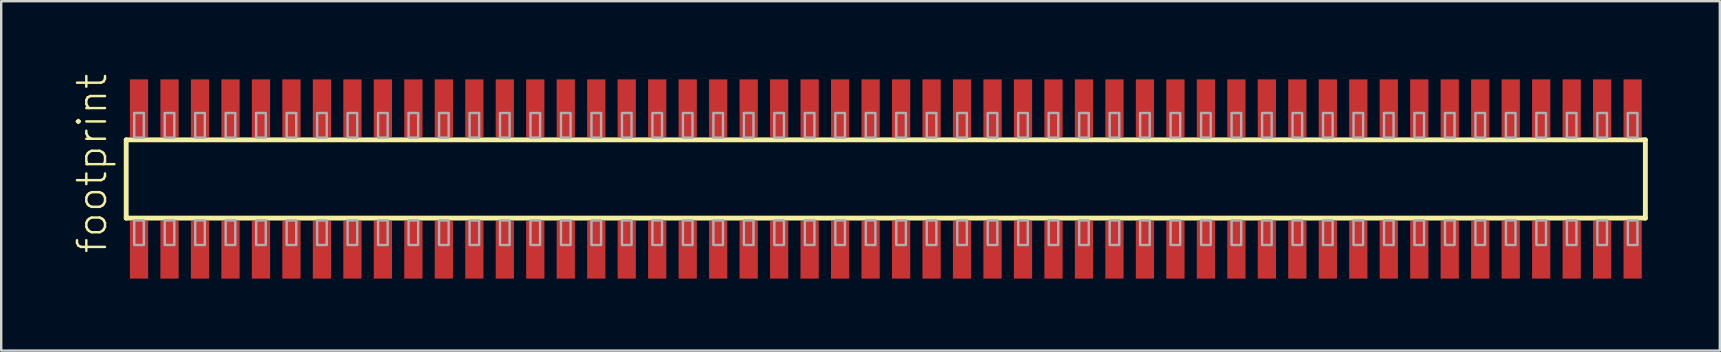
<source format=kicad_pcb>
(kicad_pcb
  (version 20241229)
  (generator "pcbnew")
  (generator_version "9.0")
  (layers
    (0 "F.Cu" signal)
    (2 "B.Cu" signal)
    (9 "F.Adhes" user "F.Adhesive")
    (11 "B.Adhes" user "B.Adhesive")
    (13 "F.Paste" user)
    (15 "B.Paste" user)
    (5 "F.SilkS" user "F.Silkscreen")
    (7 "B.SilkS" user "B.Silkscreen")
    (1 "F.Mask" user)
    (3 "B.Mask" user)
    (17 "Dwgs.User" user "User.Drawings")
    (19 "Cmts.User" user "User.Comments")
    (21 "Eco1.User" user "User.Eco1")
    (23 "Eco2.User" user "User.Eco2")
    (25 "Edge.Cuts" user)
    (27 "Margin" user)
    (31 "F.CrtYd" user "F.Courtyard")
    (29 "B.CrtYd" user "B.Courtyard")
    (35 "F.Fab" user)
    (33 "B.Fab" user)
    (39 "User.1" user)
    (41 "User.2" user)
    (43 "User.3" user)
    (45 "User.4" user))
  (footprint "footprint"
    (layer "F.Cu")
    (at 33.858 4.407)
    (property "Reference" "footprint" (at -32.385 3.175 90) (layer "F.SilkS") (effects (font (size 1.168 1.168) (thickness 0.102)) (justify left bottom)))
    (fp_line (start -31.65 -1.63) (end 31.645 -1.63) (stroke (width 0.203) (type solid)) (layer "F.SilkS"))
    (fp_line (start -31.65 1.63) (end -31.65 -1.63) (stroke (width 0.203) (type solid)) (layer "F.SilkS"))
    (fp_line (start 31.645 -1.63) (end 31.645 1.63) (stroke (width 0.203) (type solid)) (layer "F.SilkS"))
    (fp_line (start 31.645 1.63) (end -31.65 1.63) (stroke (width 0.203) (type solid)) (layer "F.SilkS"))
    (fp_poly (pts (xy -31.315 -1.725) (xy -30.915 -1.725) (xy -30.915 -2.75) (xy -31.315 -2.75)) (stroke (width 0.1) (type solid)) (fill no) (layer "F.Fab"))
    (fp_poly (pts (xy -30.915 1.725) (xy -31.315 1.725) (xy -31.315 2.75) (xy -30.915 2.75)) (stroke (width 0.1) (type solid)) (fill no) (layer "F.Fab"))
    (fp_poly (pts (xy -30.045 -1.725) (xy -29.645 -1.725) (xy -29.645 -2.75) (xy -30.045 -2.75)) (stroke (width 0.1) (type solid)) (fill no) (layer "F.Fab"))
    (fp_poly (pts (xy -29.645 1.725) (xy -30.045 1.725) (xy -30.045 2.75) (xy -29.645 2.75)) (stroke (width 0.1) (type solid)) (fill no) (layer "F.Fab"))
    (fp_poly (pts (xy -28.775 -1.725) (xy -28.375 -1.725) (xy -28.375 -2.75) (xy -28.775 -2.75)) (stroke (width 0.1) (type solid)) (fill no) (layer "F.Fab"))
    (fp_poly (pts (xy -28.375 1.725) (xy -28.775 1.725) (xy -28.775 2.75) (xy -28.375 2.75)) (stroke (width 0.1) (type solid)) (fill no) (layer "F.Fab"))
    (fp_poly (pts (xy -27.505 -1.725) (xy -27.105 -1.725) (xy -27.105 -2.75) (xy -27.505 -2.75)) (stroke (width 0.1) (type solid)) (fill no) (layer "F.Fab"))
    (fp_poly (pts (xy -27.105 1.725) (xy -27.505 1.725) (xy -27.505 2.75) (xy -27.105 2.75)) (stroke (width 0.1) (type solid)) (fill no) (layer "F.Fab"))
    (fp_poly (pts (xy -26.235 -1.725) (xy -25.835 -1.725) (xy -25.835 -2.75) (xy -26.235 -2.75)) (stroke (width 0.1) (type solid)) (fill no) (layer "F.Fab"))
    (fp_poly (pts (xy -25.835 1.725) (xy -26.235 1.725) (xy -26.235 2.75) (xy -25.835 2.75)) (stroke (width 0.1) (type solid)) (fill no) (layer "F.Fab"))
    (fp_poly (pts (xy -24.965 -1.725) (xy -24.565 -1.725) (xy -24.565 -2.75) (xy -24.965 -2.75)) (stroke (width 0.1) (type solid)) (fill no) (layer "F.Fab"))
    (fp_poly (pts (xy -24.565 1.725) (xy -24.965 1.725) (xy -24.965 2.75) (xy -24.565 2.75)) (stroke (width 0.1) (type solid)) (fill no) (layer "F.Fab"))
    (fp_poly (pts (xy -23.695 -1.725) (xy -23.295 -1.725) (xy -23.295 -2.75) (xy -23.695 -2.75)) (stroke (width 0.1) (type solid)) (fill no) (layer "F.Fab"))
    (fp_poly (pts (xy -23.295 1.725) (xy -23.695 1.725) (xy -23.695 2.75) (xy -23.295 2.75)) (stroke (width 0.1) (type solid)) (fill no) (layer "F.Fab"))
    (fp_poly (pts (xy -22.425 -1.725) (xy -22.025 -1.725) (xy -22.025 -2.75) (xy -22.425 -2.75)) (stroke (width 0.1) (type solid)) (fill no) (layer "F.Fab"))
    (fp_poly (pts (xy -22.025 1.725) (xy -22.425 1.725) (xy -22.425 2.75) (xy -22.025 2.75)) (stroke (width 0.1) (type solid)) (fill no) (layer "F.Fab"))
    (fp_poly (pts (xy -21.155 -1.725) (xy -20.755 -1.725) (xy -20.755 -2.75) (xy -21.155 -2.75)) (stroke (width 0.1) (type solid)) (fill no) (layer "F.Fab"))
    (fp_poly (pts (xy -20.755 1.725) (xy -21.155 1.725) (xy -21.155 2.75) (xy -20.755 2.75)) (stroke (width 0.1) (type solid)) (fill no) (layer "F.Fab"))
    (fp_poly (pts (xy -19.885 -1.725) (xy -19.485 -1.725) (xy -19.485 -2.75) (xy -19.885 -2.75)) (stroke (width 0.1) (type solid)) (fill no) (layer "F.Fab"))
    (fp_poly (pts (xy -19.485 1.725) (xy -19.885 1.725) (xy -19.885 2.75) (xy -19.485 2.75)) (stroke (width 0.1) (type solid)) (fill no) (layer "F.Fab"))
    (fp_poly (pts (xy -18.615 -1.725) (xy -18.215 -1.725) (xy -18.215 -2.75) (xy -18.615 -2.75)) (stroke (width 0.1) (type solid)) (fill no) (layer "F.Fab"))
    (fp_poly (pts (xy -18.215 1.725) (xy -18.615 1.725) (xy -18.615 2.75) (xy -18.215 2.75)) (stroke (width 0.1) (type solid)) (fill no) (layer "F.Fab"))
    (fp_poly (pts (xy -17.345 -1.725) (xy -16.945 -1.725) (xy -16.945 -2.75) (xy -17.345 -2.75)) (stroke (width 0.1) (type solid)) (fill no) (layer "F.Fab"))
    (fp_poly (pts (xy -16.945 1.725) (xy -17.345 1.725) (xy -17.345 2.75) (xy -16.945 2.75)) (stroke (width 0.1) (type solid)) (fill no) (layer "F.Fab"))
    (fp_poly (pts (xy -16.075 -1.725) (xy -15.675 -1.725) (xy -15.675 -2.75) (xy -16.075 -2.75)) (stroke (width 0.1) (type solid)) (fill no) (layer "F.Fab"))
    (fp_poly (pts (xy -15.675 1.725) (xy -16.075 1.725) (xy -16.075 2.75) (xy -15.675 2.75)) (stroke (width 0.1) (type solid)) (fill no) (layer "F.Fab"))
    (fp_poly (pts (xy -14.805 -1.725) (xy -14.405 -1.725) (xy -14.405 -2.75) (xy -14.805 -2.75)) (stroke (width 0.1) (type solid)) (fill no) (layer "F.Fab"))
    (fp_poly (pts (xy -14.405 1.725) (xy -14.805 1.725) (xy -14.805 2.75) (xy -14.405 2.75)) (stroke (width 0.1) (type solid)) (fill no) (layer "F.Fab"))
    (fp_poly (pts (xy -13.535 -1.725) (xy -13.135 -1.725) (xy -13.135 -2.75) (xy -13.535 -2.75)) (stroke (width 0.1) (type solid)) (fill no) (layer "F.Fab"))
    (fp_poly (pts (xy -13.135 1.725) (xy -13.535 1.725) (xy -13.535 2.75) (xy -13.135 2.75)) (stroke (width 0.1) (type solid)) (fill no) (layer "F.Fab"))
    (fp_poly (pts (xy -12.265 -1.725) (xy -11.865 -1.725) (xy -11.865 -2.75) (xy -12.265 -2.75)) (stroke (width 0.1) (type solid)) (fill no) (layer "F.Fab"))
    (fp_poly (pts (xy -11.865 1.725) (xy -12.265 1.725) (xy -12.265 2.75) (xy -11.865 2.75)) (stroke (width 0.1) (type solid)) (fill no) (layer "F.Fab"))
    (fp_poly (pts (xy -10.995 -1.725) (xy -10.595 -1.725) (xy -10.595 -2.75) (xy -10.995 -2.75)) (stroke (width 0.1) (type solid)) (fill no) (layer "F.Fab"))
    (fp_poly (pts (xy -10.595 1.725) (xy -10.995 1.725) (xy -10.995 2.75) (xy -10.595 2.75)) (stroke (width 0.1) (type solid)) (fill no) (layer "F.Fab"))
    (fp_poly (pts (xy -9.725 -1.725) (xy -9.325 -1.725) (xy -9.325 -2.75) (xy -9.725 -2.75)) (stroke (width 0.1) (type solid)) (fill no) (layer "F.Fab"))
    (fp_poly (pts (xy -9.325 1.725) (xy -9.725 1.725) (xy -9.725 2.75) (xy -9.325 2.75)) (stroke (width 0.1) (type solid)) (fill no) (layer "F.Fab"))
    (fp_poly (pts (xy -8.455 -1.725) (xy -8.055 -1.725) (xy -8.055 -2.75) (xy -8.455 -2.75)) (stroke (width 0.1) (type solid)) (fill no) (layer "F.Fab"))
    (fp_poly (pts (xy -8.055 1.725) (xy -8.455 1.725) (xy -8.455 2.75) (xy -8.055 2.75)) (stroke (width 0.1) (type solid)) (fill no) (layer "F.Fab"))
    (fp_poly (pts (xy -7.185 -1.725) (xy -6.785 -1.725) (xy -6.785 -2.75) (xy -7.185 -2.75)) (stroke (width 0.1) (type solid)) (fill no) (layer "F.Fab"))
    (fp_poly (pts (xy -6.785 1.725) (xy -7.185 1.725) (xy -7.185 2.75) (xy -6.785 2.75)) (stroke (width 0.1) (type solid)) (fill no) (layer "F.Fab"))
    (fp_poly (pts (xy -5.915 -1.725) (xy -5.515 -1.725) (xy -5.515 -2.75) (xy -5.915 -2.75)) (stroke (width 0.1) (type solid)) (fill no) (layer "F.Fab"))
    (fp_poly (pts (xy -5.515 1.725) (xy -5.915 1.725) (xy -5.915 2.75) (xy -5.515 2.75)) (stroke (width 0.1) (type solid)) (fill no) (layer "F.Fab"))
    (fp_poly (pts (xy -4.645 -1.725) (xy -4.245 -1.725) (xy -4.245 -2.75) (xy -4.645 -2.75)) (stroke (width 0.1) (type solid)) (fill no) (layer "F.Fab"))
    (fp_poly (pts (xy -4.245 1.725) (xy -4.645 1.725) (xy -4.645 2.75) (xy -4.245 2.75)) (stroke (width 0.1) (type solid)) (fill no) (layer "F.Fab"))
    (fp_poly (pts (xy -3.375 -1.725) (xy -2.975 -1.725) (xy -2.975 -2.75) (xy -3.375 -2.75)) (stroke (width 0.1) (type solid)) (fill no) (layer "F.Fab"))
    (fp_poly (pts (xy -2.975 1.725) (xy -3.375 1.725) (xy -3.375 2.75) (xy -2.975 2.75)) (stroke (width 0.1) (type solid)) (fill no) (layer "F.Fab"))
    (fp_poly (pts (xy -2.105 -1.725) (xy -1.705 -1.725) (xy -1.705 -2.75) (xy -2.105 -2.75)) (stroke (width 0.1) (type solid)) (fill no) (layer "F.Fab"))
    (fp_poly (pts (xy -1.705 1.725) (xy -2.105 1.725) (xy -2.105 2.75) (xy -1.705 2.75)) (stroke (width 0.1) (type solid)) (fill no) (layer "F.Fab"))
    (fp_poly (pts (xy -0.835 -1.725) (xy -0.435 -1.725) (xy -0.435 -2.75) (xy -0.835 -2.75)) (stroke (width 0.1) (type solid)) (fill no) (layer "F.Fab"))
    (fp_poly (pts (xy -0.435 1.725) (xy -0.835 1.725) (xy -0.835 2.75) (xy -0.435 2.75)) (stroke (width 0.1) (type solid)) (fill no) (layer "F.Fab"))
    (fp_poly (pts (xy 0.435 -1.725) (xy 0.835 -1.725) (xy 0.835 -2.75) (xy 0.435 -2.75)) (stroke (width 0.1) (type solid)) (fill no) (layer "F.Fab"))
    (fp_poly (pts (xy 0.835 1.725) (xy 0.435 1.725) (xy 0.435 2.75) (xy 0.835 2.75)) (stroke (width 0.1) (type solid)) (fill no) (layer "F.Fab"))
    (fp_poly (pts (xy 1.705 -1.725) (xy 2.105 -1.725) (xy 2.105 -2.75) (xy 1.705 -2.75)) (stroke (width 0.1) (type solid)) (fill no) (layer "F.Fab"))
    (fp_poly (pts (xy 2.105 1.725) (xy 1.705 1.725) (xy 1.705 2.75) (xy 2.105 2.75)) (stroke (width 0.1) (type solid)) (fill no) (layer "F.Fab"))
    (fp_poly (pts (xy 2.975 -1.725) (xy 3.375 -1.725) (xy 3.375 -2.75) (xy 2.975 -2.75)) (stroke (width 0.1) (type solid)) (fill no) (layer "F.Fab"))
    (fp_poly (pts (xy 3.375 1.725) (xy 2.975 1.725) (xy 2.975 2.75) (xy 3.375 2.75)) (stroke (width 0.1) (type solid)) (fill no) (layer "F.Fab"))
    (fp_poly (pts (xy 4.245 -1.725) (xy 4.645 -1.725) (xy 4.645 -2.75) (xy 4.245 -2.75)) (stroke (width 0.1) (type solid)) (fill no) (layer "F.Fab"))
    (fp_poly (pts (xy 4.645 1.725) (xy 4.245 1.725) (xy 4.245 2.75) (xy 4.645 2.75)) (stroke (width 0.1) (type solid)) (fill no) (layer "F.Fab"))
    (fp_poly (pts (xy 5.515 -1.725) (xy 5.915 -1.725) (xy 5.915 -2.75) (xy 5.515 -2.75)) (stroke (width 0.1) (type solid)) (fill no) (layer "F.Fab"))
    (fp_poly (pts (xy 5.915 1.725) (xy 5.515 1.725) (xy 5.515 2.75) (xy 5.915 2.75)) (stroke (width 0.1) (type solid)) (fill no) (layer "F.Fab"))
    (fp_poly (pts (xy 6.785 -1.725) (xy 7.185 -1.725) (xy 7.185 -2.75) (xy 6.785 -2.75)) (stroke (width 0.1) (type solid)) (fill no) (layer "F.Fab"))
    (fp_poly (pts (xy 7.185 1.725) (xy 6.785 1.725) (xy 6.785 2.75) (xy 7.185 2.75)) (stroke (width 0.1) (type solid)) (fill no) (layer "F.Fab"))
    (fp_poly (pts (xy 8.055 -1.725) (xy 8.455 -1.725) (xy 8.455 -2.75) (xy 8.055 -2.75)) (stroke (width 0.1) (type solid)) (fill no) (layer "F.Fab"))
    (fp_poly (pts (xy 8.455 1.725) (xy 8.055 1.725) (xy 8.055 2.75) (xy 8.455 2.75)) (stroke (width 0.1) (type solid)) (fill no) (layer "F.Fab"))
    (fp_poly (pts (xy 9.325 -1.725) (xy 9.725 -1.725) (xy 9.725 -2.75) (xy 9.325 -2.75)) (stroke (width 0.1) (type solid)) (fill no) (layer "F.Fab"))
    (fp_poly (pts (xy 9.725 1.725) (xy 9.325 1.725) (xy 9.325 2.75) (xy 9.725 2.75)) (stroke (width 0.1) (type solid)) (fill no) (layer "F.Fab"))
    (fp_poly (pts (xy 10.595 -1.725) (xy 10.995 -1.725) (xy 10.995 -2.75) (xy 10.595 -2.75)) (stroke (width 0.1) (type solid)) (fill no) (layer "F.Fab"))
    (fp_poly (pts (xy 10.995 1.725) (xy 10.595 1.725) (xy 10.595 2.75) (xy 10.995 2.75)) (stroke (width 0.1) (type solid)) (fill no) (layer "F.Fab"))
    (fp_poly (pts (xy 11.865 -1.725) (xy 12.265 -1.725) (xy 12.265 -2.75) (xy 11.865 -2.75)) (stroke (width 0.1) (type solid)) (fill no) (layer "F.Fab"))
    (fp_poly (pts (xy 12.265 1.725) (xy 11.865 1.725) (xy 11.865 2.75) (xy 12.265 2.75)) (stroke (width 0.1) (type solid)) (fill no) (layer "F.Fab"))
    (fp_poly (pts (xy 13.135 -1.725) (xy 13.535 -1.725) (xy 13.535 -2.75) (xy 13.135 -2.75)) (stroke (width 0.1) (type solid)) (fill no) (layer "F.Fab"))
    (fp_poly (pts (xy 13.535 1.725) (xy 13.135 1.725) (xy 13.135 2.75) (xy 13.535 2.75)) (stroke (width 0.1) (type solid)) (fill no) (layer "F.Fab"))
    (fp_poly (pts (xy 14.405 -1.725) (xy 14.805 -1.725) (xy 14.805 -2.75) (xy 14.405 -2.75)) (stroke (width 0.1) (type solid)) (fill no) (layer "F.Fab"))
    (fp_poly (pts (xy 14.805 1.725) (xy 14.405 1.725) (xy 14.405 2.75) (xy 14.805 2.75)) (stroke (width 0.1) (type solid)) (fill no) (layer "F.Fab"))
    (fp_poly (pts (xy 15.675 -1.725) (xy 16.075 -1.725) (xy 16.075 -2.75) (xy 15.675 -2.75)) (stroke (width 0.1) (type solid)) (fill no) (layer "F.Fab"))
    (fp_poly (pts (xy 16.075 1.725) (xy 15.675 1.725) (xy 15.675 2.75) (xy 16.075 2.75)) (stroke (width 0.1) (type solid)) (fill no) (layer "F.Fab"))
    (fp_poly (pts (xy 16.945 -1.725) (xy 17.345 -1.725) (xy 17.345 -2.75) (xy 16.945 -2.75)) (stroke (width 0.1) (type solid)) (fill no) (layer "F.Fab"))
    (fp_poly (pts (xy 17.345 1.725) (xy 16.945 1.725) (xy 16.945 2.75) (xy 17.345 2.75)) (stroke (width 0.1) (type solid)) (fill no) (layer "F.Fab"))
    (fp_poly (pts (xy 18.215 -1.725) (xy 18.615 -1.725) (xy 18.615 -2.75) (xy 18.215 -2.75)) (stroke (width 0.1) (type solid)) (fill no) (layer "F.Fab"))
    (fp_poly (pts (xy 18.615 1.725) (xy 18.215 1.725) (xy 18.215 2.75) (xy 18.615 2.75)) (stroke (width 0.1) (type solid)) (fill no) (layer "F.Fab"))
    (fp_poly (pts (xy 19.485 -1.725) (xy 19.885 -1.725) (xy 19.885 -2.75) (xy 19.485 -2.75)) (stroke (width 0.1) (type solid)) (fill no) (layer "F.Fab"))
    (fp_poly (pts (xy 19.885 1.725) (xy 19.485 1.725) (xy 19.485 2.75) (xy 19.885 2.75)) (stroke (width 0.1) (type solid)) (fill no) (layer "F.Fab"))
    (fp_poly (pts (xy 20.755 -1.725) (xy 21.155 -1.725) (xy 21.155 -2.75) (xy 20.755 -2.75)) (stroke (width 0.1) (type solid)) (fill no) (layer "F.Fab"))
    (fp_poly (pts (xy 21.155 1.725) (xy 20.755 1.725) (xy 20.755 2.75) (xy 21.155 2.75)) (stroke (width 0.1) (type solid)) (fill no) (layer "F.Fab"))
    (fp_poly (pts (xy 22.025 -1.725) (xy 22.425 -1.725) (xy 22.425 -2.75) (xy 22.025 -2.75)) (stroke (width 0.1) (type solid)) (fill no) (layer "F.Fab"))
    (fp_poly (pts (xy 22.425 1.725) (xy 22.025 1.725) (xy 22.025 2.75) (xy 22.425 2.75)) (stroke (width 0.1) (type solid)) (fill no) (layer "F.Fab"))
    (fp_poly (pts (xy 23.295 -1.725) (xy 23.695 -1.725) (xy 23.695 -2.75) (xy 23.295 -2.75)) (stroke (width 0.1) (type solid)) (fill no) (layer "F.Fab"))
    (fp_poly (pts (xy 23.695 1.725) (xy 23.295 1.725) (xy 23.295 2.75) (xy 23.695 2.75)) (stroke (width 0.1) (type solid)) (fill no) (layer "F.Fab"))
    (fp_poly (pts (xy 24.565 -1.725) (xy 24.965 -1.725) (xy 24.965 -2.75) (xy 24.565 -2.75)) (stroke (width 0.1) (type solid)) (fill no) (layer "F.Fab"))
    (fp_poly (pts (xy 24.965 1.725) (xy 24.565 1.725) (xy 24.565 2.75) (xy 24.965 2.75)) (stroke (width 0.1) (type solid)) (fill no) (layer "F.Fab"))
    (fp_poly (pts (xy 25.835 -1.725) (xy 26.235 -1.725) (xy 26.235 -2.75) (xy 25.835 -2.75)) (stroke (width 0.1) (type solid)) (fill no) (layer "F.Fab"))
    (fp_poly (pts (xy 26.235 1.725) (xy 25.835 1.725) (xy 25.835 2.75) (xy 26.235 2.75)) (stroke (width 0.1) (type solid)) (fill no) (layer "F.Fab"))
    (fp_poly (pts (xy 27.105 -1.725) (xy 27.505 -1.725) (xy 27.505 -2.75) (xy 27.105 -2.75)) (stroke (width 0.1) (type solid)) (fill no) (layer "F.Fab"))
    (fp_poly (pts (xy 27.505 1.725) (xy 27.105 1.725) (xy 27.105 2.75) (xy 27.505 2.75)) (stroke (width 0.1) (type solid)) (fill no) (layer "F.Fab"))
    (fp_poly (pts (xy 28.375 -1.725) (xy 28.775 -1.725) (xy 28.775 -2.75) (xy 28.375 -2.75)) (stroke (width 0.1) (type solid)) (fill no) (layer "F.Fab"))
    (fp_poly (pts (xy 28.775 1.725) (xy 28.375 1.725) (xy 28.375 2.75) (xy 28.775 2.75)) (stroke (width 0.1) (type solid)) (fill no) (layer "F.Fab"))
    (fp_poly (pts (xy 29.645 -1.725) (xy 30.045 -1.725) (xy 30.045 -2.75) (xy 29.645 -2.75)) (stroke (width 0.1) (type solid)) (fill no) (layer "F.Fab"))
    (fp_poly (pts (xy 30.045 1.725) (xy 29.645 1.725) (xy 29.645 2.75) (xy 30.045 2.75)) (stroke (width 0.1) (type solid)) (fill no) (layer "F.Fab"))
    (fp_poly (pts (xy 30.915 -1.725) (xy 31.315 -1.725) (xy 31.315 -2.75) (xy 30.915 -2.75)) (stroke (width 0.1) (type solid)) (fill no) (layer "F.Fab"))
    (fp_poly (pts (xy 31.315 1.725) (xy 30.915 1.725) (xy 30.915 2.75) (xy 31.315 2.75)) (stroke (width 0.1) (type solid)) (fill no) (layer "F.Fab"))
    (pad "1" smd rect (at -31.115 2.95) (size 0.76 2.4) (layers "F.Cu" "F.Mask" "F.Paste"))
    (pad "2" smd rect (at -31.115 -2.95) (size 0.76 2.4) (layers "F.Cu" "F.Mask" "F.Paste"))
    (pad "3" smd rect (at -29.845 2.95) (size 0.76 2.4) (layers "F.Cu" "F.Mask" "F.Paste"))
    (pad "4" smd rect (at -29.845 -2.95) (size 0.76 2.4) (layers "F.Cu" "F.Mask" "F.Paste"))
    (pad "5" smd rect (at -28.575 2.95) (size 0.76 2.4) (layers "F.Cu" "F.Mask" "F.Paste"))
    (pad "6" smd rect (at -28.575 -2.95) (size 0.76 2.4) (layers "F.Cu" "F.Mask" "F.Paste"))
    (pad "7" smd rect (at -27.305 2.95) (size 0.76 2.4) (layers "F.Cu" "F.Mask" "F.Paste"))
    (pad "8" smd rect (at -27.305 -2.95) (size 0.76 2.4) (layers "F.Cu" "F.Mask" "F.Paste"))
    (pad "9" smd rect (at -26.035 2.95) (size 0.76 2.4) (layers "F.Cu" "F.Mask" "F.Paste"))
    (pad "10" smd rect (at -26.035 -2.95) (size 0.76 2.4) (layers "F.Cu" "F.Mask" "F.Paste"))
    (pad "11" smd rect (at -24.765 2.95) (size 0.76 2.4) (layers "F.Cu" "F.Mask" "F.Paste"))
    (pad "12" smd rect (at -24.765 -2.95) (size 0.76 2.4) (layers "F.Cu" "F.Mask" "F.Paste"))
    (pad "13" smd rect (at -23.495 2.95) (size 0.76 2.4) (layers "F.Cu" "F.Mask" "F.Paste"))
    (pad "14" smd rect (at -23.495 -2.95) (size 0.76 2.4) (layers "F.Cu" "F.Mask" "F.Paste"))
    (pad "15" smd rect (at -22.225 2.95) (size 0.76 2.4) (layers "F.Cu" "F.Mask" "F.Paste"))
    (pad "16" smd rect (at -22.225 -2.95) (size 0.76 2.4) (layers "F.Cu" "F.Mask" "F.Paste"))
    (pad "17" smd rect (at -20.955 2.95) (size 0.76 2.4) (layers "F.Cu" "F.Mask" "F.Paste"))
    (pad "18" smd rect (at -20.955 -2.95) (size 0.76 2.4) (layers "F.Cu" "F.Mask" "F.Paste"))
    (pad "19" smd rect (at -19.685 2.95) (size 0.76 2.4) (layers "F.Cu" "F.Mask" "F.Paste"))
    (pad "20" smd rect (at -19.685 -2.95) (size 0.76 2.4) (layers "F.Cu" "F.Mask" "F.Paste"))
    (pad "21" smd rect (at -18.415 2.95) (size 0.76 2.4) (layers "F.Cu" "F.Mask" "F.Paste"))
    (pad "22" smd rect (at -18.415 -2.95) (size 0.76 2.4) (layers "F.Cu" "F.Mask" "F.Paste"))
    (pad "23" smd rect (at -17.145 2.95) (size 0.76 2.4) (layers "F.Cu" "F.Mask" "F.Paste"))
    (pad "24" smd rect (at -17.145 -2.95) (size 0.76 2.4) (layers "F.Cu" "F.Mask" "F.Paste"))
    (pad "25" smd rect (at -15.875 2.95) (size 0.76 2.4) (layers "F.Cu" "F.Mask" "F.Paste"))
    (pad "26" smd rect (at -15.875 -2.95) (size 0.76 2.4) (layers "F.Cu" "F.Mask" "F.Paste"))
    (pad "27" smd rect (at -14.605 2.95) (size 0.76 2.4) (layers "F.Cu" "F.Mask" "F.Paste"))
    (pad "28" smd rect (at -14.605 -2.95) (size 0.76 2.4) (layers "F.Cu" "F.Mask" "F.Paste"))
    (pad "29" smd rect (at -13.335 2.95) (size 0.76 2.4) (layers "F.Cu" "F.Mask" "F.Paste"))
    (pad "30" smd rect (at -13.335 -2.95) (size 0.76 2.4) (layers "F.Cu" "F.Mask" "F.Paste"))
    (pad "31" smd rect (at -12.065 2.95) (size 0.76 2.4) (layers "F.Cu" "F.Mask" "F.Paste"))
    (pad "32" smd rect (at -12.065 -2.95) (size 0.76 2.4) (layers "F.Cu" "F.Mask" "F.Paste"))
    (pad "33" smd rect (at -10.795 2.95) (size 0.76 2.4) (layers "F.Cu" "F.Mask" "F.Paste"))
    (pad "34" smd rect (at -10.795 -2.95) (size 0.76 2.4) (layers "F.Cu" "F.Mask" "F.Paste"))
    (pad "35" smd rect (at -9.525 2.95) (size 0.76 2.4) (layers "F.Cu" "F.Mask" "F.Paste"))
    (pad "36" smd rect (at -9.525 -2.95) (size 0.76 2.4) (layers "F.Cu" "F.Mask" "F.Paste"))
    (pad "37" smd rect (at -8.255 2.95) (size 0.76 2.4) (layers "F.Cu" "F.Mask" "F.Paste"))
    (pad "38" smd rect (at -8.255 -2.95) (size 0.76 2.4) (layers "F.Cu" "F.Mask" "F.Paste"))
    (pad "39" smd rect (at -6.985 2.95) (size 0.76 2.4) (layers "F.Cu" "F.Mask" "F.Paste"))
    (pad "40" smd rect (at -6.985 -2.95) (size 0.76 2.4) (layers "F.Cu" "F.Mask" "F.Paste"))
    (pad "41" smd rect (at -5.715 2.95) (size 0.76 2.4) (layers "F.Cu" "F.Mask" "F.Paste"))
    (pad "42" smd rect (at -5.715 -2.95) (size 0.76 2.4) (layers "F.Cu" "F.Mask" "F.Paste"))
    (pad "43" smd rect (at -4.445 2.95) (size 0.76 2.4) (layers "F.Cu" "F.Mask" "F.Paste"))
    (pad "44" smd rect (at -4.445 -2.95) (size 0.76 2.4) (layers "F.Cu" "F.Mask" "F.Paste"))
    (pad "45" smd rect (at -3.175 2.95) (size 0.76 2.4) (layers "F.Cu" "F.Mask" "F.Paste"))
    (pad "46" smd rect (at -3.175 -2.95) (size 0.76 2.4) (layers "F.Cu" "F.Mask" "F.Paste"))
    (pad "47" smd rect (at -1.905 2.95) (size 0.76 2.4) (layers "F.Cu" "F.Mask" "F.Paste"))
    (pad "48" smd rect (at -1.905 -2.95) (size 0.76 2.4) (layers "F.Cu" "F.Mask" "F.Paste"))
    (pad "49" smd rect (at -0.635 2.95) (size 0.76 2.4) (layers "F.Cu" "F.Mask" "F.Paste"))
    (pad "50" smd rect (at -0.635 -2.95) (size 0.76 2.4) (layers "F.Cu" "F.Mask" "F.Paste"))
    (pad "51" smd rect (at 0.635 2.95) (size 0.76 2.4) (layers "F.Cu" "F.Mask" "F.Paste"))
    (pad "52" smd rect (at 0.635 -2.95) (size 0.76 2.4) (layers "F.Cu" "F.Mask" "F.Paste"))
    (pad "53" smd rect (at 1.905 2.95) (size 0.76 2.4) (layers "F.Cu" "F.Mask" "F.Paste"))
    (pad "54" smd rect (at 1.905 -2.95) (size 0.76 2.4) (layers "F.Cu" "F.Mask" "F.Paste"))
    (pad "55" smd rect (at 3.175 2.95) (size 0.76 2.4) (layers "F.Cu" "F.Mask" "F.Paste"))
    (pad "56" smd rect (at 3.175 -2.95) (size 0.76 2.4) (layers "F.Cu" "F.Mask" "F.Paste"))
    (pad "57" smd rect (at 4.445 2.95) (size 0.76 2.4) (layers "F.Cu" "F.Mask" "F.Paste"))
    (pad "58" smd rect (at 4.445 -2.95) (size 0.76 2.4) (layers "F.Cu" "F.Mask" "F.Paste"))
    (pad "59" smd rect (at 5.715 2.95) (size 0.76 2.4) (layers "F.Cu" "F.Mask" "F.Paste"))
    (pad "60" smd rect (at 5.715 -2.95) (size 0.76 2.4) (layers "F.Cu" "F.Mask" "F.Paste"))
    (pad "61" smd rect (at 6.985 2.95) (size 0.76 2.4) (layers "F.Cu" "F.Mask" "F.Paste"))
    (pad "62" smd rect (at 6.985 -2.95) (size 0.76 2.4) (layers "F.Cu" "F.Mask" "F.Paste"))
    (pad "63" smd rect (at 8.255 2.95) (size 0.76 2.4) (layers "F.Cu" "F.Mask" "F.Paste"))
    (pad "64" smd rect (at 8.255 -2.95) (size 0.76 2.4) (layers "F.Cu" "F.Mask" "F.Paste"))
    (pad "65" smd rect (at 9.525 2.95) (size 0.76 2.4) (layers "F.Cu" "F.Mask" "F.Paste"))
    (pad "66" smd rect (at 9.525 -2.95) (size 0.76 2.4) (layers "F.Cu" "F.Mask" "F.Paste"))
    (pad "67" smd rect (at 10.795 2.95) (size 0.76 2.4) (layers "F.Cu" "F.Mask" "F.Paste"))
    (pad "68" smd rect (at 10.795 -2.95) (size 0.76 2.4) (layers "F.Cu" "F.Mask" "F.Paste"))
    (pad "69" smd rect (at 12.065 2.95) (size 0.76 2.4) (layers "F.Cu" "F.Mask" "F.Paste"))
    (pad "70" smd rect (at 12.065 -2.95) (size 0.76 2.4) (layers "F.Cu" "F.Mask" "F.Paste"))
    (pad "71" smd rect (at 13.335 2.95) (size 0.76 2.4) (layers "F.Cu" "F.Mask" "F.Paste"))
    (pad "72" smd rect (at 13.335 -2.95) (size 0.76 2.4) (layers "F.Cu" "F.Mask" "F.Paste"))
    (pad "73" smd rect (at 14.605 2.95) (size 0.76 2.4) (layers "F.Cu" "F.Mask" "F.Paste"))
    (pad "74" smd rect (at 14.605 -2.95) (size 0.76 2.4) (layers "F.Cu" "F.Mask" "F.Paste"))
    (pad "75" smd rect (at 15.875 2.95) (size 0.76 2.4) (layers "F.Cu" "F.Mask" "F.Paste"))
    (pad "76" smd rect (at 15.875 -2.95) (size 0.76 2.4) (layers "F.Cu" "F.Mask" "F.Paste"))
    (pad "77" smd rect (at 17.145 2.95) (size 0.76 2.4) (layers "F.Cu" "F.Mask" "F.Paste"))
    (pad "78" smd rect (at 17.145 -2.95) (size 0.76 2.4) (layers "F.Cu" "F.Mask" "F.Paste"))
    (pad "79" smd rect (at 18.415 2.95) (size 0.76 2.4) (layers "F.Cu" "F.Mask" "F.Paste"))
    (pad "80" smd rect (at 18.415 -2.95) (size 0.76 2.4) (layers "F.Cu" "F.Mask" "F.Paste"))
    (pad "81" smd rect (at 19.685 2.95) (size 0.76 2.4) (layers "F.Cu" "F.Mask" "F.Paste"))
    (pad "82" smd rect (at 19.685 -2.95) (size 0.76 2.4) (layers "F.Cu" "F.Mask" "F.Paste"))
    (pad "83" smd rect (at 20.955 2.95) (size 0.76 2.4) (layers "F.Cu" "F.Mask" "F.Paste"))
    (pad "84" smd rect (at 20.955 -2.95) (size 0.76 2.4) (layers "F.Cu" "F.Mask" "F.Paste"))
    (pad "85" smd rect (at 22.225 2.95) (size 0.76 2.4) (layers "F.Cu" "F.Mask" "F.Paste"))
    (pad "86" smd rect (at 22.225 -2.95) (size 0.76 2.4) (layers "F.Cu" "F.Mask" "F.Paste"))
    (pad "87" smd rect (at 23.495 2.95) (size 0.76 2.4) (layers "F.Cu" "F.Mask" "F.Paste"))
    (pad "88" smd rect (at 23.495 -2.95) (size 0.76 2.4) (layers "F.Cu" "F.Mask" "F.Paste"))
    (pad "89" smd rect (at 24.765 2.95) (size 0.76 2.4) (layers "F.Cu" "F.Mask" "F.Paste"))
    (pad "90" smd rect (at 24.765 -2.95) (size 0.76 2.4) (layers "F.Cu" "F.Mask" "F.Paste"))
    (pad "91" smd rect (at 26.035 2.95) (size 0.76 2.4) (layers "F.Cu" "F.Mask" "F.Paste"))
    (pad "92" smd rect (at 26.035 -2.95) (size 0.76 2.4) (layers "F.Cu" "F.Mask" "F.Paste"))
    (pad "93" smd rect (at 27.305 2.95) (size 0.76 2.4) (layers "F.Cu" "F.Mask" "F.Paste"))
    (pad "94" smd rect (at 27.305 -2.95) (size 0.76 2.4) (layers "F.Cu" "F.Mask" "F.Paste"))
    (pad "95" smd rect (at 28.575 2.95) (size 0.76 2.4) (layers "F.Cu" "F.Mask" "F.Paste"))
    (pad "96" smd rect (at 28.575 -2.95) (size 0.76 2.4) (layers "F.Cu" "F.Mask" "F.Paste"))
    (pad "97" smd rect (at 29.845 2.95) (size 0.76 2.4) (layers "F.Cu" "F.Mask" "F.Paste"))
    (pad "98" smd rect (at 29.845 -2.95) (size 0.76 2.4) (layers "F.Cu" "F.Mask" "F.Paste"))
    (pad "99" smd rect (at 31.115 2.95) (size 0.76 2.4) (layers "F.Cu" "F.Mask" "F.Paste"))
    (pad "100" smd rect (at 31.115 -2.95) (size 0.76 2.4) (layers "F.Cu" "F.Mask" "F.Paste")))
  (gr_rect
    (start -3 -3)
    (end 68.605 11.557)
    (stroke (width 0.1) (type default))
    (fill no)
    (layer "Edge.Cuts")))
</source>
